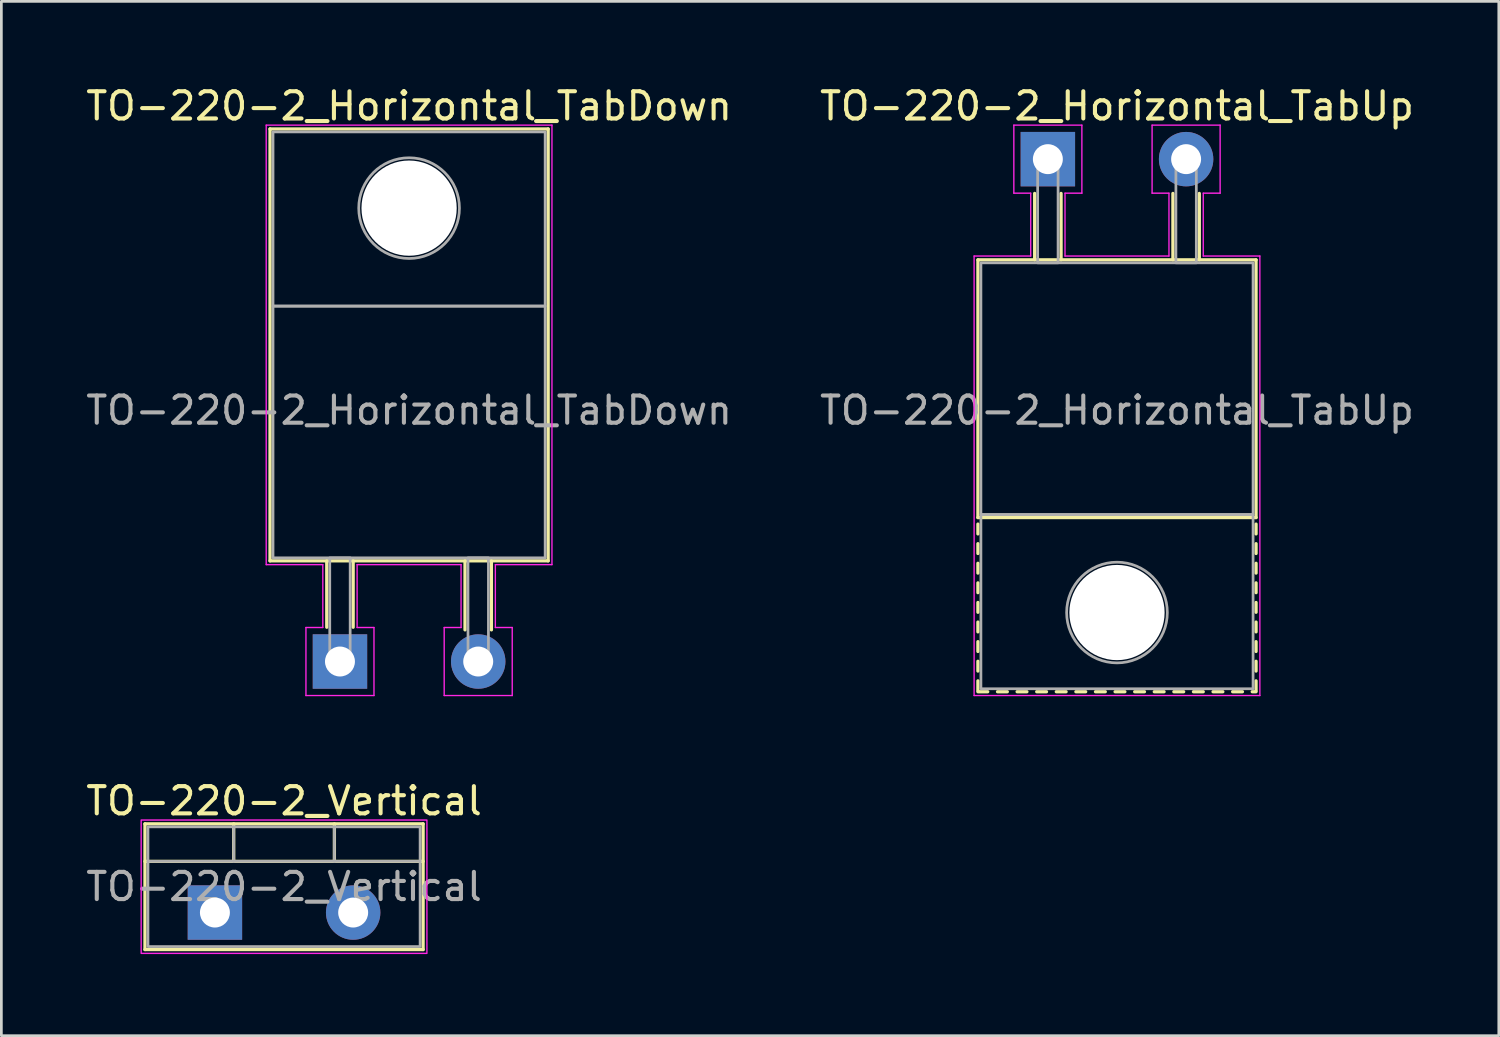
<source format=kicad_pcb>
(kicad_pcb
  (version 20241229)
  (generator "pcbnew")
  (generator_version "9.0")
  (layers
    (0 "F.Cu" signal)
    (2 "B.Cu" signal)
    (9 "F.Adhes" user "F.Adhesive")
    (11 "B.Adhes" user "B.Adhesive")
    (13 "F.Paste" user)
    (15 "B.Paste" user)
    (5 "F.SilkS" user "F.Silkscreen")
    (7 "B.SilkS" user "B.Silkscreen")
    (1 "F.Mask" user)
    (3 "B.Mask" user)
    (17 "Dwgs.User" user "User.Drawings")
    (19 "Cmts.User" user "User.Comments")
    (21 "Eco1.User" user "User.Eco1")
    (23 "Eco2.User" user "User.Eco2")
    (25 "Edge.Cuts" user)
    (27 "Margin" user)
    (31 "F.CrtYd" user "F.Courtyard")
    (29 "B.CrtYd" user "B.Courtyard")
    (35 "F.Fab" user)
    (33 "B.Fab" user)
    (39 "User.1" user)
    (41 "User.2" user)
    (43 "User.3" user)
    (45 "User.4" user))
  (footprint "TO-220-2_Horizontal_TabUp"
    (layer "F.Cu")
    (at 35.454 2.798)
    (property "Reference" "TO-220-2_Horizontal_TabUp" (at 2.54 -1.95 0) (layer "F.SilkS") (effects (font (size 1 1) (thickness 0.15))))
    (attr through_hole)
    (fp_line (start -2.57 3.7) (end -2.57 13.17) (stroke (width 0.12) (type solid)) (layer "F.SilkS"))
    (fp_line (start -2.57 3.7) (end 7.65 3.7) (stroke (width 0.12) (type solid)) (layer "F.SilkS"))
    (fp_line (start -2.57 13.17) (end 7.65 13.17) (stroke (width 0.12) (type solid)) (layer "F.SilkS"))
    (fp_line (start -2.57 13.41) (end -2.57 13.77) (stroke (width 0.12) (type solid)) (layer "F.SilkS"))
    (fp_line (start -2.57 14.13) (end -2.57 14.49) (stroke (width 0.12) (type solid)) (layer "F.SilkS"))
    (fp_line (start -2.57 14.85) (end -2.57 15.21) (stroke (width 0.12) (type solid)) (layer "F.SilkS"))
    (fp_line (start -2.57 15.57) (end -2.57 15.93) (stroke (width 0.12) (type solid)) (layer "F.SilkS"))
    (fp_line (start -2.57 16.29) (end -2.57 16.65) (stroke (width 0.12) (type solid)) (layer "F.SilkS"))
    (fp_line (start -2.57 17.01) (end -2.57 17.37) (stroke (width 0.12) (type solid)) (layer "F.SilkS"))
    (fp_line (start -2.57 17.73) (end -2.57 18.09) (stroke (width 0.12) (type solid)) (layer "F.SilkS"))
    (fp_line (start -2.57 18.45) (end -2.57 18.81) (stroke (width 0.12) (type solid)) (layer "F.SilkS"))
    (fp_line (start -2.57 19.17) (end -2.57 19.53) (stroke (width 0.12) (type solid)) (layer "F.SilkS"))
    (fp_line (start -2.57 19.57) (end -2.21 19.57) (stroke (width 0.12) (type solid)) (layer "F.SilkS"))
    (fp_line (start -1.85 19.57) (end -1.49 19.57) (stroke (width 0.12) (type solid)) (layer "F.SilkS"))
    (fp_line (start -1.13 19.57) (end -0.77 19.57) (stroke (width 0.12) (type solid)) (layer "F.SilkS"))
    (fp_line (start -0.485 3.7) (end -0.485 1.26) (stroke (width 0.12) (type solid)) (layer "F.SilkS"))
    (fp_line (start -0.41 19.57) (end -0.05 19.57) (stroke (width 0.12) (type solid)) (layer "F.SilkS"))
    (fp_line (start 0.31 19.57) (end 0.67 19.57) (stroke (width 0.12) (type solid)) (layer "F.SilkS"))
    (fp_line (start 0.485 3.7) (end 0.485 1.26) (stroke (width 0.12) (type solid)) (layer "F.SilkS"))
    (fp_line (start 1.03 19.57) (end 1.39 19.57) (stroke (width 0.12) (type solid)) (layer "F.SilkS"))
    (fp_line (start 1.75 19.57) (end 2.11 19.57) (stroke (width 0.12) (type solid)) (layer "F.SilkS"))
    (fp_line (start 2.47 19.57) (end 2.83 19.57) (stroke (width 0.12) (type solid)) (layer "F.SilkS"))
    (fp_line (start 3.19 19.57) (end 3.55 19.57) (stroke (width 0.12) (type solid)) (layer "F.SilkS"))
    (fp_line (start 3.91 19.57) (end 4.27 19.57) (stroke (width 0.12) (type solid)) (layer "F.SilkS"))
    (fp_line (start 4.595 3.7) (end 4.595 1.26) (stroke (width 0.12) (type solid)) (layer "F.SilkS"))
    (fp_line (start 4.63 19.57) (end 4.99 19.57) (stroke (width 0.12) (type solid)) (layer "F.SilkS"))
    (fp_line (start 5.35 19.57) (end 5.71 19.57) (stroke (width 0.12) (type solid)) (layer "F.SilkS"))
    (fp_line (start 5.565 3.7) (end 5.565 1.26) (stroke (width 0.12) (type solid)) (layer "F.SilkS"))
    (fp_line (start 6.07 19.57) (end 6.43 19.57) (stroke (width 0.12) (type solid)) (layer "F.SilkS"))
    (fp_line (start 6.79 19.57) (end 7.15 19.57) (stroke (width 0.12) (type solid)) (layer "F.SilkS"))
    (fp_line (start 7.51 19.57) (end 7.65 19.57) (stroke (width 0.12) (type solid)) (layer "F.SilkS"))
    (fp_line (start 7.65 3.7) (end 7.65 13.17) (stroke (width 0.12) (type solid)) (layer "F.SilkS"))
    (fp_line (start 7.65 13.41) (end 7.65 13.77) (stroke (width 0.12) (type solid)) (layer "F.SilkS"))
    (fp_line (start 7.65 14.13) (end 7.65 14.49) (stroke (width 0.12) (type solid)) (layer "F.SilkS"))
    (fp_line (start 7.65 14.85) (end 7.65 15.21) (stroke (width 0.12) (type solid)) (layer "F.SilkS"))
    (fp_line (start 7.65 15.57) (end 7.65 15.93) (stroke (width 0.12) (type solid)) (layer "F.SilkS"))
    (fp_line (start 7.65 16.29) (end 7.65 16.65) (stroke (width 0.12) (type solid)) (layer "F.SilkS"))
    (fp_line (start 7.65 17.01) (end 7.65 17.37) (stroke (width 0.12) (type solid)) (layer "F.SilkS"))
    (fp_line (start 7.65 17.73) (end 7.65 18.09) (stroke (width 0.12) (type solid)) (layer "F.SilkS"))
    (fp_line (start 7.65 18.45) (end 7.65 18.81) (stroke (width 0.12) (type solid)) (layer "F.SilkS"))
    (fp_line (start 7.65 19.17) (end 7.65 19.53) (stroke (width 0.12) (type solid)) (layer "F.SilkS"))
    (fp_line (start -2.71 3.56) (end -0.63 3.56) (stroke (width 0.05) (type solid)) (layer "F.CrtYd"))
    (fp_line (start -2.71 19.71) (end -2.71 3.56) (stroke (width 0.05) (type solid)) (layer "F.CrtYd"))
    (fp_line (start -1.25 -1.25) (end 1.25 -1.25) (stroke (width 0.05) (type solid)) (layer "F.CrtYd"))
    (fp_line (start -1.25 1.25) (end -1.25 -1.25) (stroke (width 0.05) (type solid)) (layer "F.CrtYd"))
    (fp_line (start -0.63 1.25) (end -1.25 1.25) (stroke (width 0.05) (type solid)) (layer "F.CrtYd"))
    (fp_line (start -0.63 3.56) (end -0.63 1.25) (stroke (width 0.05) (type solid)) (layer "F.CrtYd"))
    (fp_line (start 0.63 1.25) (end 0.63 3.56) (stroke (width 0.05) (type solid)) (layer "F.CrtYd"))
    (fp_line (start 0.63 3.56) (end 4.45 3.56) (stroke (width 0.05) (type solid)) (layer "F.CrtYd"))
    (fp_line (start 1.25 -1.25) (end 1.25 1.25) (stroke (width 0.05) (type solid)) (layer "F.CrtYd"))
    (fp_line (start 1.25 1.25) (end 0.63 1.25) (stroke (width 0.05) (type solid)) (layer "F.CrtYd"))
    (fp_line (start 3.83 -1.25) (end 6.33 -1.25) (stroke (width 0.05) (type solid)) (layer "F.CrtYd"))
    (fp_line (start 3.83 1.25) (end 3.83 -1.25) (stroke (width 0.05) (type solid)) (layer "F.CrtYd"))
    (fp_line (start 4.45 1.25) (end 3.83 1.25) (stroke (width 0.05) (type solid)) (layer "F.CrtYd"))
    (fp_line (start 4.45 3.56) (end 4.45 1.25) (stroke (width 0.05) (type solid)) (layer "F.CrtYd"))
    (fp_line (start 5.71 1.25) (end 5.71 3.56) (stroke (width 0.05) (type solid)) (layer "F.CrtYd"))
    (fp_line (start 5.71 3.56) (end 7.79 3.56) (stroke (width 0.05) (type solid)) (layer "F.CrtYd"))
    (fp_line (start 6.33 -1.25) (end 6.33 1.25) (stroke (width 0.05) (type solid)) (layer "F.CrtYd"))
    (fp_line (start 6.33 1.25) (end 5.71 1.25) (stroke (width 0.05) (type solid)) (layer "F.CrtYd"))
    (fp_line (start 7.79 3.56) (end 7.79 19.71) (stroke (width 0.05) (type solid)) (layer "F.CrtYd"))
    (fp_line (start 7.79 19.71) (end -2.71 19.71) (stroke (width 0.05) (type solid)) (layer "F.CrtYd"))
    (fp_rect (start -2.46 3.81) (end 7.54 13.06) (stroke (width 0.1) (type solid)) (fill no) (layer "F.Fab"))
    (fp_rect (start -2.46 13.06) (end 7.54 19.46) (stroke (width 0.1) (type solid)) (fill no) (layer "F.Fab"))
    (fp_rect (start -0.375 0) (end 0.375 3.81) (stroke (width 0.1) (type solid)) (fill no) (layer "F.Fab"))
    (fp_rect (start 4.705 0) (end 5.455 3.81) (stroke (width 0.1) (type solid)) (fill no) (layer "F.Fab"))
    (fp_circle (center 2.54 16.66) (end 4.39 16.66) (stroke (width 0.1) (type solid)) (fill no) (layer "F.Fab"))
    (fp_text user "${REFERENCE}" (at 2.54 9.23 0) (layer "F.Fab") (effects (font (size 1 1) (thickness 0.15))))
    (pad "" np_thru_hole circle (at 2.54 16.66) (size 3.5 3.5) (drill 3.5) (layers "*.Cu" "*.Mask"))
    (pad "1" thru_hole rect (at 0 0) (size 2 2) (drill 1.1) (layers "*.Cu" "*.Mask"))
    (pad "2" thru_hole circle (at 5.08 0) (size 2 2) (drill 1.1) (layers "*.Cu" "*.Mask")))
  (footprint "TO-220-2_Vertical"
    (layer "F.Cu")
    (at 4.847 30.482)
    (property "Reference" "TO-220-2_Vertical" (at 2.54 -4.1 0) (layer "F.SilkS") (effects (font (size 1 1) (thickness 0.15))))
    (attr through_hole)
    (fp_line (start -2.57 -3.26) (end 7.65 -3.26) (stroke (width 0.12) (type solid)) (layer "F.SilkS"))
    (fp_line (start -2.57 -1.88) (end 7.65 -1.88) (stroke (width 0.12) (type solid)) (layer "F.SilkS"))
    (fp_line (start -2.57 1.36) (end -2.57 -3.26) (stroke (width 0.12) (type solid)) (layer "F.SilkS"))
    (fp_line (start 0.69 -3.26) (end 0.69 -1.88) (stroke (width 0.12) (type solid)) (layer "F.SilkS"))
    (fp_line (start 4.39 -3.26) (end 4.39 -1.88) (stroke (width 0.12) (type solid)) (layer "F.SilkS"))
    (fp_line (start 7.65 -3.26) (end 7.65 1.36) (stroke (width 0.12) (type solid)) (layer "F.SilkS"))
    (fp_line (start 7.65 1.36) (end -2.57 1.36) (stroke (width 0.12) (type solid)) (layer "F.SilkS"))
    (fp_rect (start -2.71 -3.4) (end 7.79 1.5) (stroke (width 0.05) (type solid)) (fill no) (layer "F.CrtYd"))
    (fp_line (start -2.46 -1.88) (end 7.54 -1.88) (stroke (width 0.1) (type solid)) (layer "F.Fab"))
    (fp_line (start 0.69 -3.15) (end 0.69 -1.88) (stroke (width 0.1) (type solid)) (layer "F.Fab"))
    (fp_line (start 4.39 -3.15) (end 4.39 -1.88) (stroke (width 0.1) (type solid)) (layer "F.Fab"))
    (fp_rect (start -2.46 -3.15) (end 7.54 1.25) (stroke (width 0.1) (type solid)) (fill no) (layer "F.Fab"))
    (fp_text user "${REFERENCE}" (at 2.54 -0.95 0) (layer "F.Fab") (effects (font (size 1 1) (thickness 0.15))))
    (pad "1" thru_hole rect (at 0 0) (size 2 2) (drill 1.1) (layers "*.Cu" "*.Mask"))
    (pad "2" thru_hole circle (at 5.08 0) (size 2 2) (drill 1.1) (layers "*.Cu" "*.Mask")))
  (footprint "TO-220-2_Horizontal_TabDown"
    (layer "F.Cu")
    (at 9.442 21.258)
    (property "Reference" "TO-220-2_Horizontal_TabDown" (at 2.54 -20.41 0) (layer "F.SilkS") (effects (font (size 1 1) (thickness 0.15))))
    (attr through_hole)
    (fp_line (start -2.57 -19.57) (end 7.65 -19.57) (stroke (width 0.12) (type solid)) (layer "F.SilkS"))
    (fp_line (start -2.57 -3.7) (end -2.57 -19.57) (stroke (width 0.12) (type solid)) (layer "F.SilkS"))
    (fp_line (start -2.57 -3.7) (end 7.65 -3.7) (stroke (width 0.12) (type solid)) (layer "F.SilkS"))
    (fp_line (start -0.485 -3.7) (end -0.485 -1.26) (stroke (width 0.12) (type solid)) (layer "F.SilkS"))
    (fp_line (start 0.485 -3.7) (end 0.485 -1.26) (stroke (width 0.12) (type solid)) (layer "F.SilkS"))
    (fp_line (start 4.595 -3.7) (end 4.595 -1.163) (stroke (width 0.12) (type solid)) (layer "F.SilkS"))
    (fp_line (start 5.565 -3.7) (end 5.565 -1.163) (stroke (width 0.12) (type solid)) (layer "F.SilkS"))
    (fp_line (start 7.65 -3.7) (end 7.65 -19.57) (stroke (width 0.12) (type solid)) (layer "F.SilkS"))
    (fp_line (start -2.71 -19.71) (end 7.79 -19.71) (stroke (width 0.05) (type solid)) (layer "F.CrtYd"))
    (fp_line (start -2.71 -3.56) (end -2.71 -19.71) (stroke (width 0.05) (type solid)) (layer "F.CrtYd"))
    (fp_line (start -1.25 -1.25) (end -0.63 -1.25) (stroke (width 0.05) (type solid)) (layer "F.CrtYd"))
    (fp_line (start -1.25 1.25) (end -1.25 -1.25) (stroke (width 0.05) (type solid)) (layer "F.CrtYd"))
    (fp_line (start -0.63 -3.56) (end -2.71 -3.56) (stroke (width 0.05) (type solid)) (layer "F.CrtYd"))
    (fp_line (start -0.63 -1.25) (end -0.63 -3.56) (stroke (width 0.05) (type solid)) (layer "F.CrtYd"))
    (fp_line (start 0.63 -3.56) (end 0.63 -1.25) (stroke (width 0.05) (type solid)) (layer "F.CrtYd"))
    (fp_line (start 0.63 -1.25) (end 1.25 -1.25) (stroke (width 0.05) (type solid)) (layer "F.CrtYd"))
    (fp_line (start 1.25 -1.25) (end 1.25 1.25) (stroke (width 0.05) (type solid)) (layer "F.CrtYd"))
    (fp_line (start 1.25 1.25) (end -1.25 1.25) (stroke (width 0.05) (type solid)) (layer "F.CrtYd"))
    (fp_line (start 3.83 -1.25) (end 4.45 -1.25) (stroke (width 0.05) (type solid)) (layer "F.CrtYd"))
    (fp_line (start 3.83 1.25) (end 3.83 -1.25) (stroke (width 0.05) (type solid)) (layer "F.CrtYd"))
    (fp_line (start 4.45 -3.56) (end 0.63 -3.56) (stroke (width 0.05) (type solid)) (layer "F.CrtYd"))
    (fp_line (start 4.45 -1.25) (end 4.45 -3.56) (stroke (width 0.05) (type solid)) (layer "F.CrtYd"))
    (fp_line (start 5.71 -3.56) (end 5.71 -1.25) (stroke (width 0.05) (type solid)) (layer "F.CrtYd"))
    (fp_line (start 5.71 -1.25) (end 6.33 -1.25) (stroke (width 0.05) (type solid)) (layer "F.CrtYd"))
    (fp_line (start 6.33 -1.25) (end 6.33 1.25) (stroke (width 0.05) (type solid)) (layer "F.CrtYd"))
    (fp_line (start 6.33 1.25) (end 3.83 1.25) (stroke (width 0.05) (type solid)) (layer "F.CrtYd"))
    (fp_line (start 7.79 -19.71) (end 7.79 -3.56) (stroke (width 0.05) (type solid)) (layer "F.CrtYd"))
    (fp_line (start 7.79 -3.56) (end 5.71 -3.56) (stroke (width 0.05) (type solid)) (layer "F.CrtYd"))
    (fp_rect (start -2.46 -19.46) (end 7.54 -13.06) (stroke (width 0.1) (type solid)) (fill no) (layer "F.Fab"))
    (fp_rect (start -2.46 -13.06) (end 7.54 -3.81) (stroke (width 0.1) (type solid)) (fill no) (layer "F.Fab"))
    (fp_rect (start -0.375 -3.81) (end 0.375 0) (stroke (width 0.1) (type solid)) (fill no) (layer "F.Fab"))
    (fp_rect (start 4.705 -3.81) (end 5.455 0) (stroke (width 0.1) (type solid)) (fill no) (layer "F.Fab"))
    (fp_circle (center 2.54 -16.66) (end 4.39 -16.66) (stroke (width 0.1) (type solid)) (fill no) (layer "F.Fab"))
    (fp_text user "${REFERENCE}" (at 2.54 -9.23 0) (layer "F.Fab") (effects (font (size 1 1) (thickness 0.15))))
    (pad "" np_thru_hole circle (at 2.54 -16.66) (size 3.5 3.5) (drill 3.5) (layers "*.Cu" "*.Mask"))
    (pad "1" thru_hole rect (at 0 0) (size 2 2) (drill 1.1) (layers "*.Cu" "*.Mask"))
    (pad "2" thru_hole circle (at 5.08 0) (size 2 2) (drill 1.1) (layers "*.Cu" "*.Mask")))
  (gr_rect
    (start -3 -3)
    (end 52.024 35.007)
    (stroke (width 0.1) (type default))
    (fill no)
    (layer "Edge.Cuts")))
</source>
